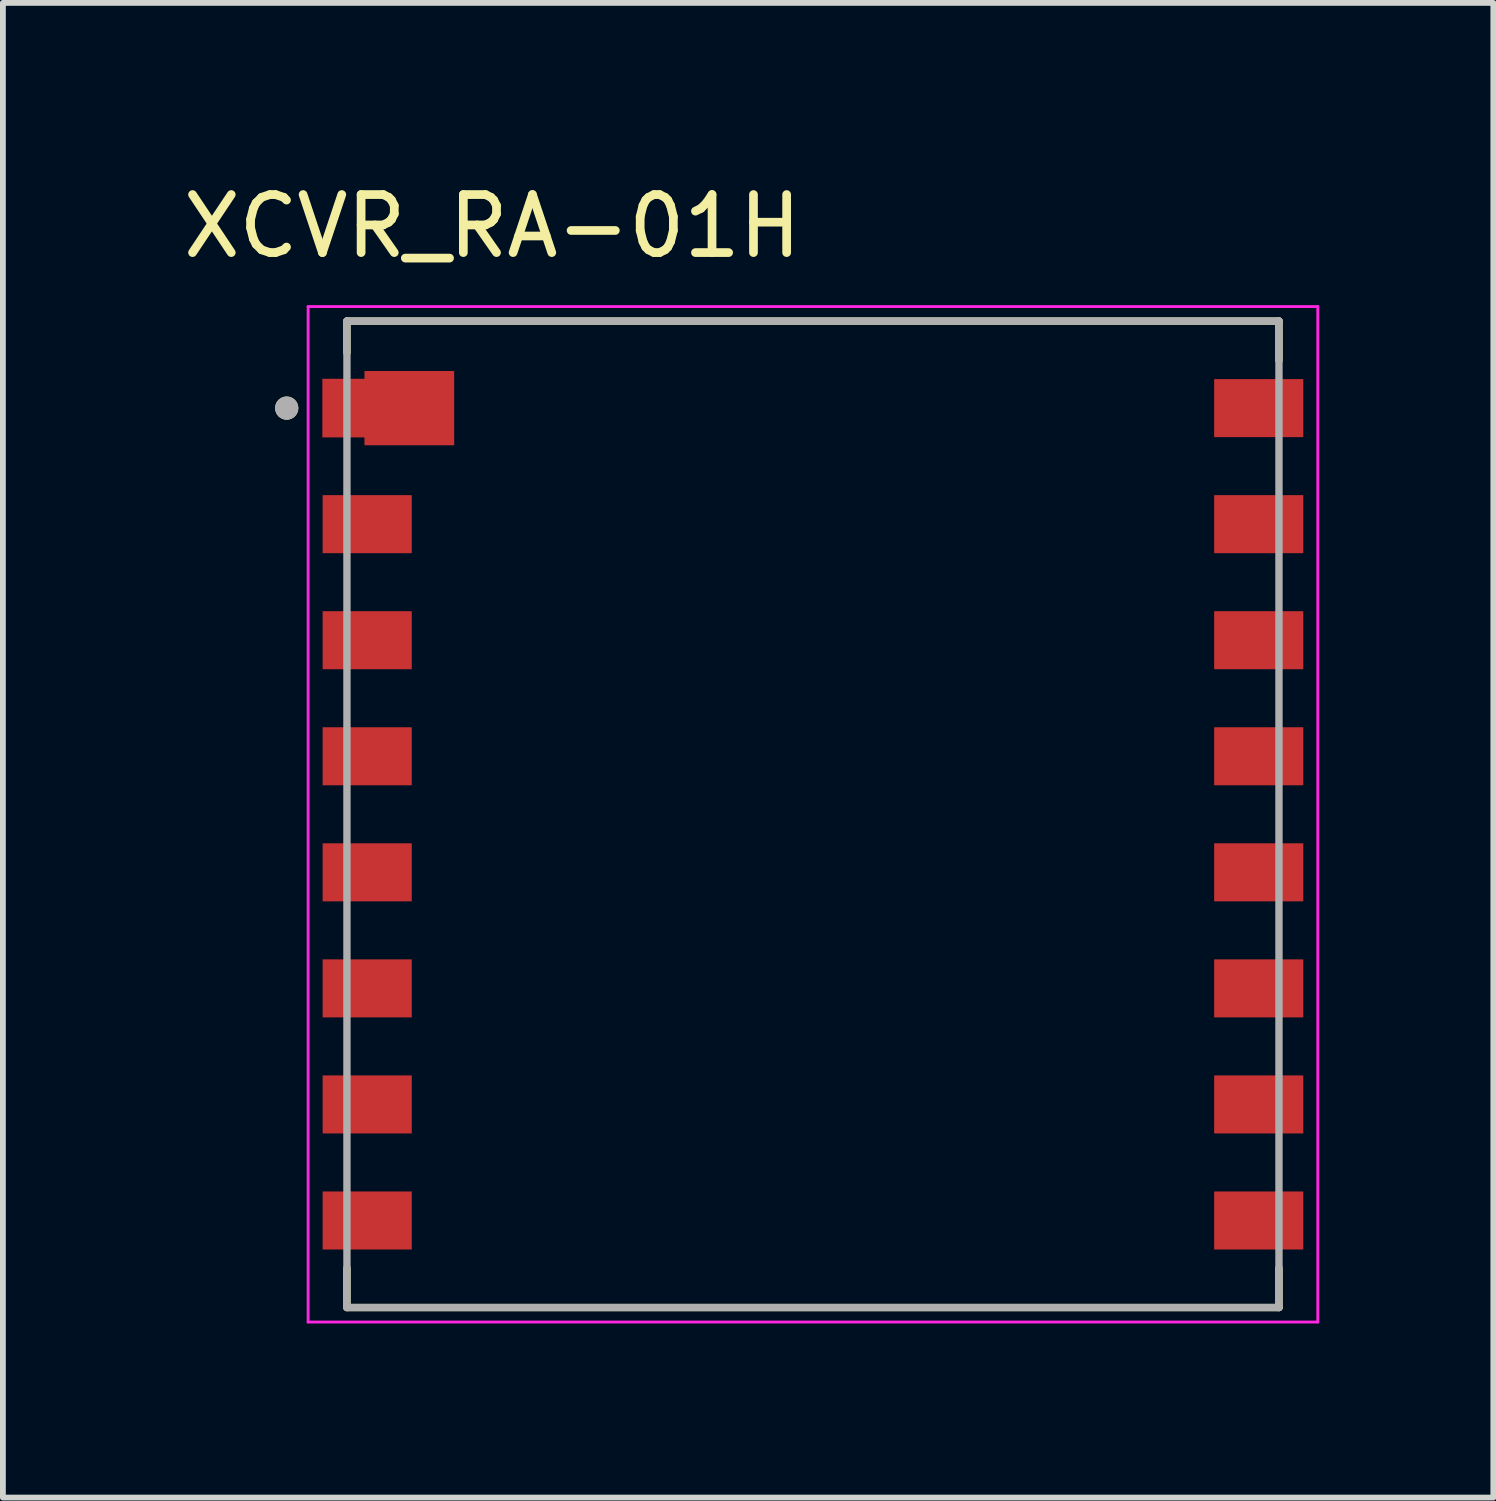
<source format=kicad_pcb>
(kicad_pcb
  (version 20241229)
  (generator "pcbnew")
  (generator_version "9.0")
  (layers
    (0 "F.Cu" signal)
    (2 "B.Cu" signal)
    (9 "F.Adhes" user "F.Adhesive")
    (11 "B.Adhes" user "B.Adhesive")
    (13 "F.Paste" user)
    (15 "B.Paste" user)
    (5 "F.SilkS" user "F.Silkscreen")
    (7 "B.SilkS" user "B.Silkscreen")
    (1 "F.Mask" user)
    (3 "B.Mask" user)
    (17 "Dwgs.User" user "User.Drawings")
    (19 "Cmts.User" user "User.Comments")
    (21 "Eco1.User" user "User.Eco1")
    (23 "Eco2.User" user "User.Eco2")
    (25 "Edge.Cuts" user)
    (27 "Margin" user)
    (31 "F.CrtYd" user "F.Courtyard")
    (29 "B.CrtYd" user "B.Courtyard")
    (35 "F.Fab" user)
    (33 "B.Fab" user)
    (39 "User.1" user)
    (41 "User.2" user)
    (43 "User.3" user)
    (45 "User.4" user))
  (footprint "XCVR_RA-01H"
    (layer "F.Cu")
    (at 10.96 10.983)
    (property "Reference" "XCVR_RA-01H" (at -5.525 -10.135 0) (layer "F.SilkS") (effects (font (size 1 1) (thickness 0.15))))
    (attr smd)
    (fp_poly (pts (xy -6.088 -7.735) (xy -6.088 -6.265) (xy -7.824 -6.265) (xy -7.824 -6.4) (xy -8.55 -6.4) (xy -8.55 -7.6) (xy -7.824 -7.6) (xy -7.824 -7.735)) (stroke (width 0.01) (type solid)) (fill yes) (layer "F.Mask"))
    (fp_line (start -8.031 -8.5) (end 8.031 -8.5) (stroke (width 0.127) (type solid)) (layer "F.SilkS"))
    (fp_line (start -8.031 -7.955) (end -8.031 -8.5) (stroke (width 0.127) (type solid)) (layer "F.SilkS"))
    (fp_line (start -8.031 8.5) (end -8.031 7.82) (stroke (width 0.127) (type solid)) (layer "F.SilkS"))
    (fp_line (start 8.031 -8.5) (end 8.031 -7.82) (stroke (width 0.127) (type solid)) (layer "F.SilkS"))
    (fp_line (start 8.031 8.5) (end -8.031 8.5) (stroke (width 0.127) (type solid)) (layer "F.SilkS"))
    (fp_line (start 8.031 8.5) (end 8.031 7.82) (stroke (width 0.127) (type solid)) (layer "F.SilkS"))
    (fp_circle (center -9.069 -7) (end -8.969 -7) (stroke (width 0.2) (type solid)) (fill no) (layer "F.SilkS"))
    (fp_poly (pts (xy -6.188 -7.635) (xy -6.188 -6.365) (xy -7.724 -6.365) (xy -7.724 -6.5) (xy -8.45 -6.5) (xy -8.45 -7.5) (xy -7.724 -7.5) (xy -7.724 -7.635)) (stroke (width 0.01) (type solid)) (fill yes) (layer "F.Paste"))
    (fp_line (start -8.7 -8.75) (end -8.7 8.75) (stroke (width 0.05) (type solid)) (layer "F.CrtYd"))
    (fp_line (start -8.7 8.75) (end 8.7 8.75) (stroke (width 0.05) (type solid)) (layer "F.CrtYd"))
    (fp_line (start 8.7 -8.75) (end -8.7 -8.75) (stroke (width 0.05) (type solid)) (layer "F.CrtYd"))
    (fp_line (start 8.7 8.75) (end 8.7 -8.75) (stroke (width 0.05) (type solid)) (layer "F.CrtYd"))
    (fp_line (start -8.031 -8.5) (end 8.031 -8.5) (stroke (width 0.127) (type solid)) (layer "F.Fab"))
    (fp_line (start -8.031 8.5) (end -8.031 -8.5) (stroke (width 0.127) (type solid)) (layer "F.Fab"))
    (fp_line (start 8.031 -8.5) (end 8.031 8.5) (stroke (width 0.127) (type solid)) (layer "F.Fab"))
    (fp_line (start 8.031 8.5) (end -8.031 8.5) (stroke (width 0.127) (type solid)) (layer "F.Fab"))
    (fp_circle (center -9.069 -7) (end -8.969 -7) (stroke (width 0.2) (type solid)) (fill no) (layer "F.Fab"))
    (pad "1" smd custom (at -7.682 -7) (size 1.536 1) (layers "F.Cu") (options (anchor rect)) (primitives (gr_poly (pts (xy 1.494 -0.635) (xy 1.494 0.635) (xy -0.042 0.635) (xy -0.042 0.5) (xy -0.768 0.5) (xy -0.768 -0.5) (xy -0.042 -0.5) (xy -0.042 -0.635)) (width 0.01) (fill yes))))
    (pad "2" smd rect (at -7.682 -5) (size 1.536 1) (layers "F.Cu" "F.Mask" "F.Paste"))
    (pad "3" smd rect (at -7.682 -3) (size 1.536 1) (layers "F.Cu" "F.Mask" "F.Paste"))
    (pad "4" smd rect (at -7.682 -1) (size 1.536 1) (layers "F.Cu" "F.Mask" "F.Paste"))
    (pad "5" smd rect (at -7.682 1) (size 1.536 1) (layers "F.Cu" "F.Mask" "F.Paste"))
    (pad "6" smd rect (at -7.682 3) (size 1.536 1) (layers "F.Cu" "F.Mask" "F.Paste"))
    (pad "7" smd rect (at -7.682 5) (size 1.536 1) (layers "F.Cu" "F.Mask" "F.Paste"))
    (pad "8" smd rect (at -7.682 7) (size 1.536 1) (layers "F.Cu" "F.Mask" "F.Paste"))
    (pad "9" smd rect (at 7.682 7) (size 1.536 1) (layers "F.Cu" "F.Mask" "F.Paste"))
    (pad "10" smd rect (at 7.682 5) (size 1.536 1) (layers "F.Cu" "F.Mask" "F.Paste"))
    (pad "11" smd rect (at 7.682 3) (size 1.536 1) (layers "F.Cu" "F.Mask" "F.Paste"))
    (pad "12" smd rect (at 7.682 1) (size 1.536 1) (layers "F.Cu" "F.Mask" "F.Paste"))
    (pad "13" smd rect (at 7.682 -1) (size 1.536 1) (layers "F.Cu" "F.Mask" "F.Paste"))
    (pad "14" smd rect (at 7.682 -3) (size 1.536 1) (layers "F.Cu" "F.Mask" "F.Paste"))
    (pad "15" smd rect (at 7.682 -5) (size 1.536 1) (layers "F.Cu" "F.Mask" "F.Paste"))
    (pad "16" smd rect (at 7.682 -7) (size 1.536 1) (layers "F.Cu" "F.Mask" "F.Paste")))
  (gr_rect
    (start -3 -3)
    (end 22.685 22.758)
    (stroke (width 0.1) (type default))
    (fill no)
    (layer "Edge.Cuts")))
</source>
